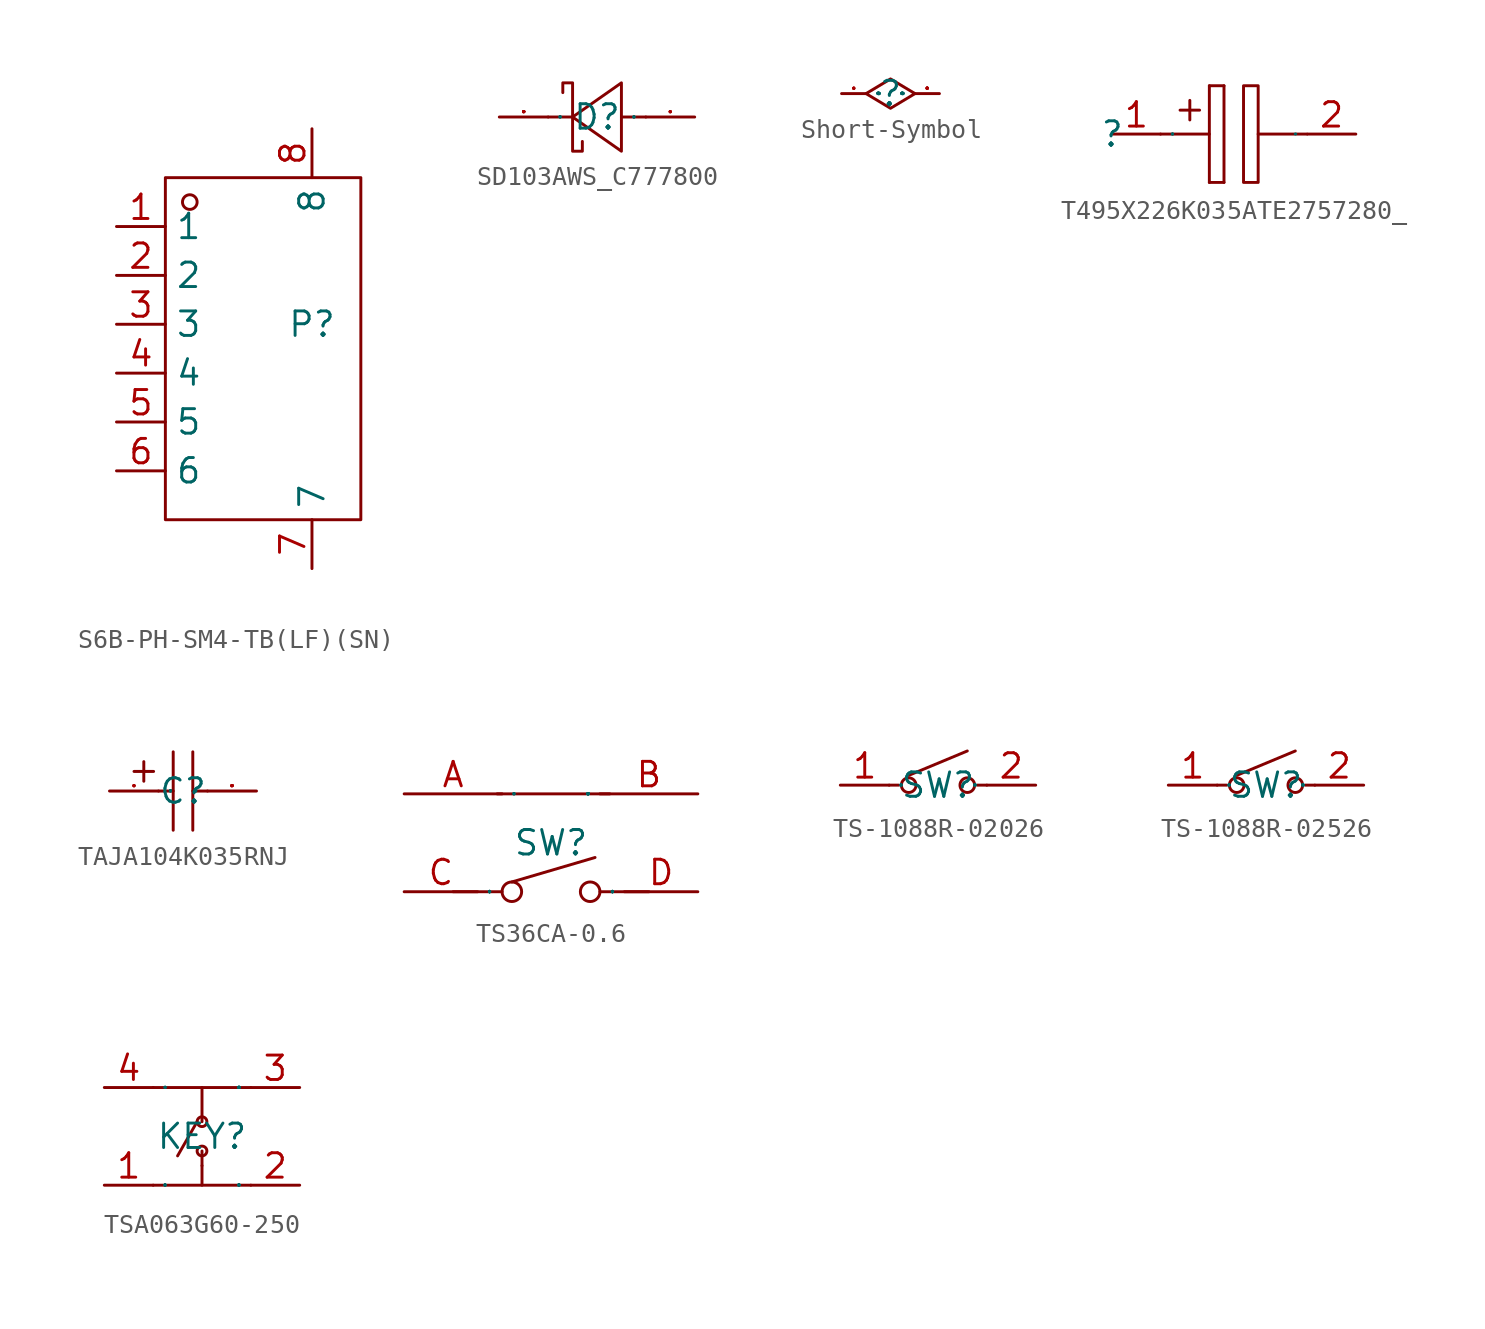
<source format=kicad_sym>
(kicad_symbol_lib
  (version 20231120)
  (generator "kicad_symbol_editor")
  (generator_version "8.0")
  (symbol "S6B-PH-SM4-TB(LF)(SN)"
    (property "Reference" "P"
      (at 0 0 0)
      (effects (font (size 1.27 1.27))))
    (property "Value" ""
      (at 0 0 0)
      (effects (font (size 1.27 1.27))))
    (symbol "S6B-PH-SM4-TB(LF)(SN)_1_0"
      (rectangle (start -7.62 -10.16) (end 2.54 7.62) (stroke (width 0) (type default)) (fill (type none)))
      (circle (center -6.35 6.35) (radius 0.381) (stroke (width 0) (type default)) (fill (type none)))
      (pin unspecified line (at -10.16 5.08 0) (length 2.54) (name "1" (effects (font (size 1.27 1.27)))) (number "1" (effects (font (size 1.27 1.27)))))
      (pin unspecified line (at -10.16 2.54 0) (length 2.54) (name "2" (effects (font (size 1.27 1.27)))) (number "2" (effects (font (size 1.27 1.27)))))
      (pin unspecified line (at -10.16 0 0) (length 2.54) (name "3" (effects (font (size 1.27 1.27)))) (number "3" (effects (font (size 1.27 1.27)))))
      (pin unspecified line (at -10.16 -2.54 0) (length 2.54) (name "4" (effects (font (size 1.27 1.27)))) (number "4" (effects (font (size 1.27 1.27)))))
      (pin unspecified line (at -10.16 -5.08 0) (length 2.54) (name "5" (effects (font (size 1.27 1.27)))) (number "5" (effects (font (size 1.27 1.27)))))
      (pin unspecified line (at -10.16 -7.62 0) (length 2.54) (name "6" (effects (font (size 1.27 1.27)))) (number "6" (effects (font (size 1.27 1.27)))))
      (pin unspecified line (at 0 -12.7 90) (length 2.54) (name "7" (effects (font (size 1.27 1.27)))) (number "7" (effects (font (size 1.27 1.27)))))
      (pin unspecified line (at 0 10.16 270) (length 2.54) (name "8" (effects (font (size 1.27 1.27)))) (number "8" (effects (font (size 1.27 1.27)))))))
  (symbol "SD103AWS_C777800"
    (property "Reference" "D"
      (at 0 0 0)
      (effects (font (size 1.27 1.27))))
    (property "Value" ""
      (at 0 0 0)
      (effects (font (size 1.27 1.27))))
    (symbol "SD103AWS_C777800_1_0"
      (polyline (pts (xy -1.27 0) (xy -2.54 0)) (stroke (width 0) (type default)) (fill (type none)))
      (polyline (pts (xy 2.54 0) (xy 1.27 0)) (stroke (width 0) (type default)) (fill (type none)))
      (polyline (pts (xy 1.27 1.778) (xy -1.27 0) (xy -1.27 0) (xy 1.27 -1.778) (xy 1.27 -1.778) (xy 1.27 1.778)) (stroke (width 0) (type default)) (fill (type none)))
      (polyline (pts (xy -1.778 1.27) (xy -1.778 1.778) (xy -1.778 1.778) (xy -1.27 1.778) (xy -1.27 1.778) (xy -1.27 -1.778) (xy -1.27 -1.778) (xy -0.762 -1.778) (xy -0.762 -1.778) (xy -0.762 -1.27)) (stroke (width 0) (type default)) (fill (type none)))
      (pin input line (at 5.08 0 180) (length 2.54) (name "A" (effects (font (size 0.025 0.025)))) (number "1" (effects (font (size 0.025 0.025)))))
      (pin input line (at -5.08 0 0) (length 2.54) (name "K" (effects (font (size 0.025 0.025)))) (number "2" (effects (font (size 0.025 0.025)))))))
  (symbol "Short-Symbol"
    (property "Reference" ""
      (at 0 0 0)
      (effects (font (size 1.27 1.27))))
    (property "Value" ""
      (at 0 0 0)
      (effects (font (size 1.27 1.27))))
    (symbol "Short-Symbol_1_0"
      (polyline (pts (xy -1.27 0) (xy 0 0.762) (xy 1.27 0) (xy 0 -0.762) (xy -1.27 0)) (stroke (width 0) (type default)) (fill (type none)))
      (pin input line (at -2.54 0 0) (length 1.27) (name "Pin1" (effects (font (size 0.025 0.025)))) (number "1" (effects (font (size 0.025 0.025)))))
      (pin input line (at 2.54 0 180) (length 1.27) (name "Pin1" (effects (font (size 0.025 0.025)))) (number "2" (effects (font (size 0.025 0.025)))))))
  (symbol "T495X226K035ATE2757280_"
    (property "Reference" ""
      (at 0 0 0)
      (effects (font (size 1.27 1.27))))
    (property "Value" ""
      (at 0 0 0)
      (effects (font (size 1.27 1.27))))
    (symbol "T495X226K035ATE2757280__1_0"
      (polyline (pts (xy 2.515 0) (xy 5.055 0)) (stroke (width 0) (type default)) (fill (type none)))
      (polyline (pts (xy 4.039 1.753) (xy 4.039 0.737)) (stroke (width 0) (type default)) (fill (type none)))
      (polyline (pts (xy 4.547 1.245) (xy 3.531 1.245)) (stroke (width 0) (type default)) (fill (type none)))
      (polyline (pts (xy 5.055 2.515) (xy 5.055 -2.515)) (stroke (width 0) (type default)) (fill (type none)))
      (polyline (pts (xy 5.055 2.515) (xy 5.817 2.515)) (stroke (width 0) (type default)) (fill (type none)))
      (polyline (pts (xy 5.817 -2.515) (xy 5.055 -2.515)) (stroke (width 0) (type default)) (fill (type none)))
      (polyline (pts (xy 5.817 -2.515) (xy 5.817 2.515)) (stroke (width 0) (type default)) (fill (type none)))
      (polyline (pts (xy 7.595 0) (xy 10.135 0)) (stroke (width 0) (type default)) (fill (type none)))
      (polyline (pts (xy 7.595 2.515) (xy 7.595 -2.515) (xy 6.833 -2.515) (xy 6.833 2.515) (xy 7.595 2.515)) (stroke (width 0) (type default)) (fill (type none)))
      (pin bidirectional line (at 0 0 0) (length 2.515) (name "+" (effects (font (size 0.025 0.025)))) (number "1" (effects (font (size 1.27 1.27)))))
      (pin bidirectional line (at 12.675 0 180) (length 2.515) (name "-" (effects (font (size 0.025 0.025)))) (number "2" (effects (font (size 1.27 1.27)))))))
  (symbol "TAJA104K035RNJ"
    (property "Reference" "C"
      (at 0 0 0)
      (effects (font (size 1.27 1.27))))
    (symbol "TAJA104K035RNJ_1_0"
      (polyline (pts (xy -2.54 1.016) (xy -1.524 1.016)) (stroke (width 0) (type default)) (fill (type none)))
      (polyline (pts (xy -2.032 1.524) (xy -2.032 0.508)) (stroke (width 0) (type default)) (fill (type none)))
      (polyline (pts (xy -1.27 0) (xy -0.508 0)) (stroke (width 0) (type default)) (fill (type none)))
      (polyline (pts (xy -0.508 2.032) (xy -0.508 -2.032)) (stroke (width 0) (type default)) (fill (type none)))
      (polyline (pts (xy 0.508 0) (xy 1.27 0)) (stroke (width 0) (type default)) (fill (type none)))
      (polyline (pts (xy 0.508 2.032) (xy 0.508 -2.032)) (stroke (width 0) (type default)) (fill (type none)))
      (pin input line (at -3.81 0 0) (length 2.54) (name "1" (effects (font (size 0.025 0.025)))) (number "1" (effects (font (size 0.025 0.025)))))
      (pin input line (at 3.81 0 180) (length 2.54) (name "2" (effects (font (size 0.025 0.025)))) (number "2" (effects (font (size 0.025 0.025)))))))
  (symbol "TS36CA-0.6"
    (property "Reference" "SW"
      (at 0 0 0)
      (effects (font (size 1.27 1.27))))
    (property "Value" ""
      (at 0 0 0)
      (effects (font (size 1.27 1.27))))
    (symbol "TS36CA-0.6_1_0"
      (circle (center -2.032 -2.54) (radius 0.508) (stroke (width 0) (type default)) (fill (type none)))
      (polyline (pts (xy -5.08 -2.54) (xy -2.54 -2.54)) (stroke (width 0) (type default)) (fill (type none)))
      (polyline (pts (xy -2.794 2.54) (xy 3.048 2.54)) (stroke (width 0) (type default)) (fill (type none)))
      (polyline (pts (xy -2.032 -2.032) (xy 2.286 -0.762)) (stroke (width 0) (type default)) (fill (type none)))
      (polyline (pts (xy 5.08 -2.54) (xy 2.54 -2.54)) (stroke (width 0) (type default)) (fill (type none)))
      (circle (center 2.032 -2.54) (radius 0.508) (stroke (width 0) (type default)) (fill (type none)))
      (pin input line (at -7.62 2.54 0) (length 5.08) (name "A" (effects (font (size 0.025 0.025)))) (number "A" (effects (font (size 1.27 1.27)))))
      (pin input line (at 7.62 2.54 180) (length 5.08) (name "B" (effects (font (size 0.025 0.025)))) (number "B" (effects (font (size 1.27 1.27)))))
      (pin input line (at -7.62 -2.54 0) (length 3.81) (name "C" (effects (font (size 0.025 0.025)))) (number "C" (effects (font (size 1.27 1.27)))))
      (pin input line (at 7.62 -2.54 180) (length 3.81) (name "D" (effects (font (size 0.025 0.025)))) (number "D" (effects (font (size 1.27 1.27)))))))
  (symbol "TS-1088R-02026"
    (property "Reference" "SW"
      (at 0 0 0)
      (effects (font (size 1.27 1.27))))
    (property "Value" ""
      (at 0 0 0)
      (effects (font (size 1.27 1.27))))
    (symbol "TS-1088R-02026_1_0"
      (circle (center -1.524 0) (radius 0.381) (stroke (width 0) (type default)) (fill (type none)))
      (polyline (pts (xy -2.032 0) (xy -2.54 0)) (stroke (width 0) (type default)) (fill (type none)))
      (polyline (pts (xy -1.524 0.508) (xy 1.524 1.778)) (stroke (width 0) (type default)) (fill (type none)))
      (polyline (pts (xy 2.032 0) (xy 2.54 0)) (stroke (width 0) (type default)) (fill (type none)))
      (circle (center 1.524 0) (radius 0.381) (stroke (width 0) (type default)) (fill (type none)))
      (pin input line (at -5.08 0 0) (length 2.54) (name "1" (effects (font (size 0.025 0.025)))) (number "1" (effects (font (size 1.27 1.27)))))
      (pin input line (at 5.08 0 180) (length 2.54) (name "2" (effects (font (size 0.025 0.025)))) (number "2" (effects (font (size 1.27 1.27)))))))
  (symbol "TS-1088R-02526"
    (property "Reference" "SW"
      (at 0 0 0)
      (effects (font (size 1.27 1.27))))
    (property "Value" ""
      (at 0 0 0)
      (effects (font (size 1.27 1.27))))
    (symbol "TS-1088R-02526_1_0"
      (circle (center -1.524 0) (radius 0.381) (stroke (width 0) (type default)) (fill (type none)))
      (polyline (pts (xy -2.032 0) (xy -2.54 0)) (stroke (width 0) (type default)) (fill (type none)))
      (polyline (pts (xy -1.524 0.508) (xy 1.524 1.778)) (stroke (width 0) (type default)) (fill (type none)))
      (polyline (pts (xy 2.032 0) (xy 2.54 0)) (stroke (width 0) (type default)) (fill (type none)))
      (circle (center 1.524 0) (radius 0.381) (stroke (width 0) (type default)) (fill (type none)))
      (pin input line (at -5.08 0 0) (length 2.54) (name "1" (effects (font (size 0.025 0.025)))) (number "1" (effects (font (size 1.27 1.27)))))
      (pin input line (at 5.08 0 180) (length 2.54) (name "2" (effects (font (size 0.025 0.025)))) (number "2" (effects (font (size 1.27 1.27)))))))
  (symbol "TSA063G60-250"
    (property "Reference" "KEY"
      (at 0 0 0)
      (effects (font (size 1.27 1.27))))
    (property "Value" ""
      (at 0 0 0)
      (effects (font (size 1.27 1.27))))
    (symbol "TSA063G60-250_1_0"
      (circle (center 0 -0.762) (radius 0.254) (stroke (width 0) (type default)) (fill (type none)))
      (polyline (pts (xy -2.54 -2.54) (xy 2.54 -2.54)) (stroke (width 0) (type default)) (fill (type none)))
      (polyline (pts (xy -1.27 -1.016) (xy -0.254 0.762)) (stroke (width 0) (type default)) (fill (type none)))
      (polyline (pts (xy 0 -2.54) (xy 0 -1.524)) (stroke (width 0) (type default)) (fill (type none)))
      (polyline (pts (xy 0 -1.524) (xy 0 -0.762)) (stroke (width 0) (type default)) (fill (type none)))
      (polyline (pts (xy 0 2.54) (xy 0 0.762)) (stroke (width 0) (type default)) (fill (type none)))
      (polyline (pts (xy 2.54 2.54) (xy -2.54 2.54)) (stroke (width 0) (type default)) (fill (type none)))
      (circle (center 0 0.762) (radius 0.254) (stroke (width 0) (type default)) (fill (type none)))
      (pin input line (at -5.08 -2.54 0) (length 2.54) (name "1" (effects (font (size 0.025 0.025)))) (number "1" (effects (font (size 1.27 1.27)))))
      (pin input line (at 5.08 -2.54 180) (length 2.54) (name "2" (effects (font (size 0.025 0.025)))) (number "2" (effects (font (size 1.27 1.27)))))
      (pin input line (at 5.08 2.54 180) (length 2.54) (name "3" (effects (font (size 0.025 0.025)))) (number "3" (effects (font (size 1.27 1.27)))))
      (pin input line (at -5.08 2.54 0) (length 2.54) (name "4" (effects (font (size 0.025 0.025)))) (number "4" (effects (font (size 1.27 1.27))))))))
</source>
